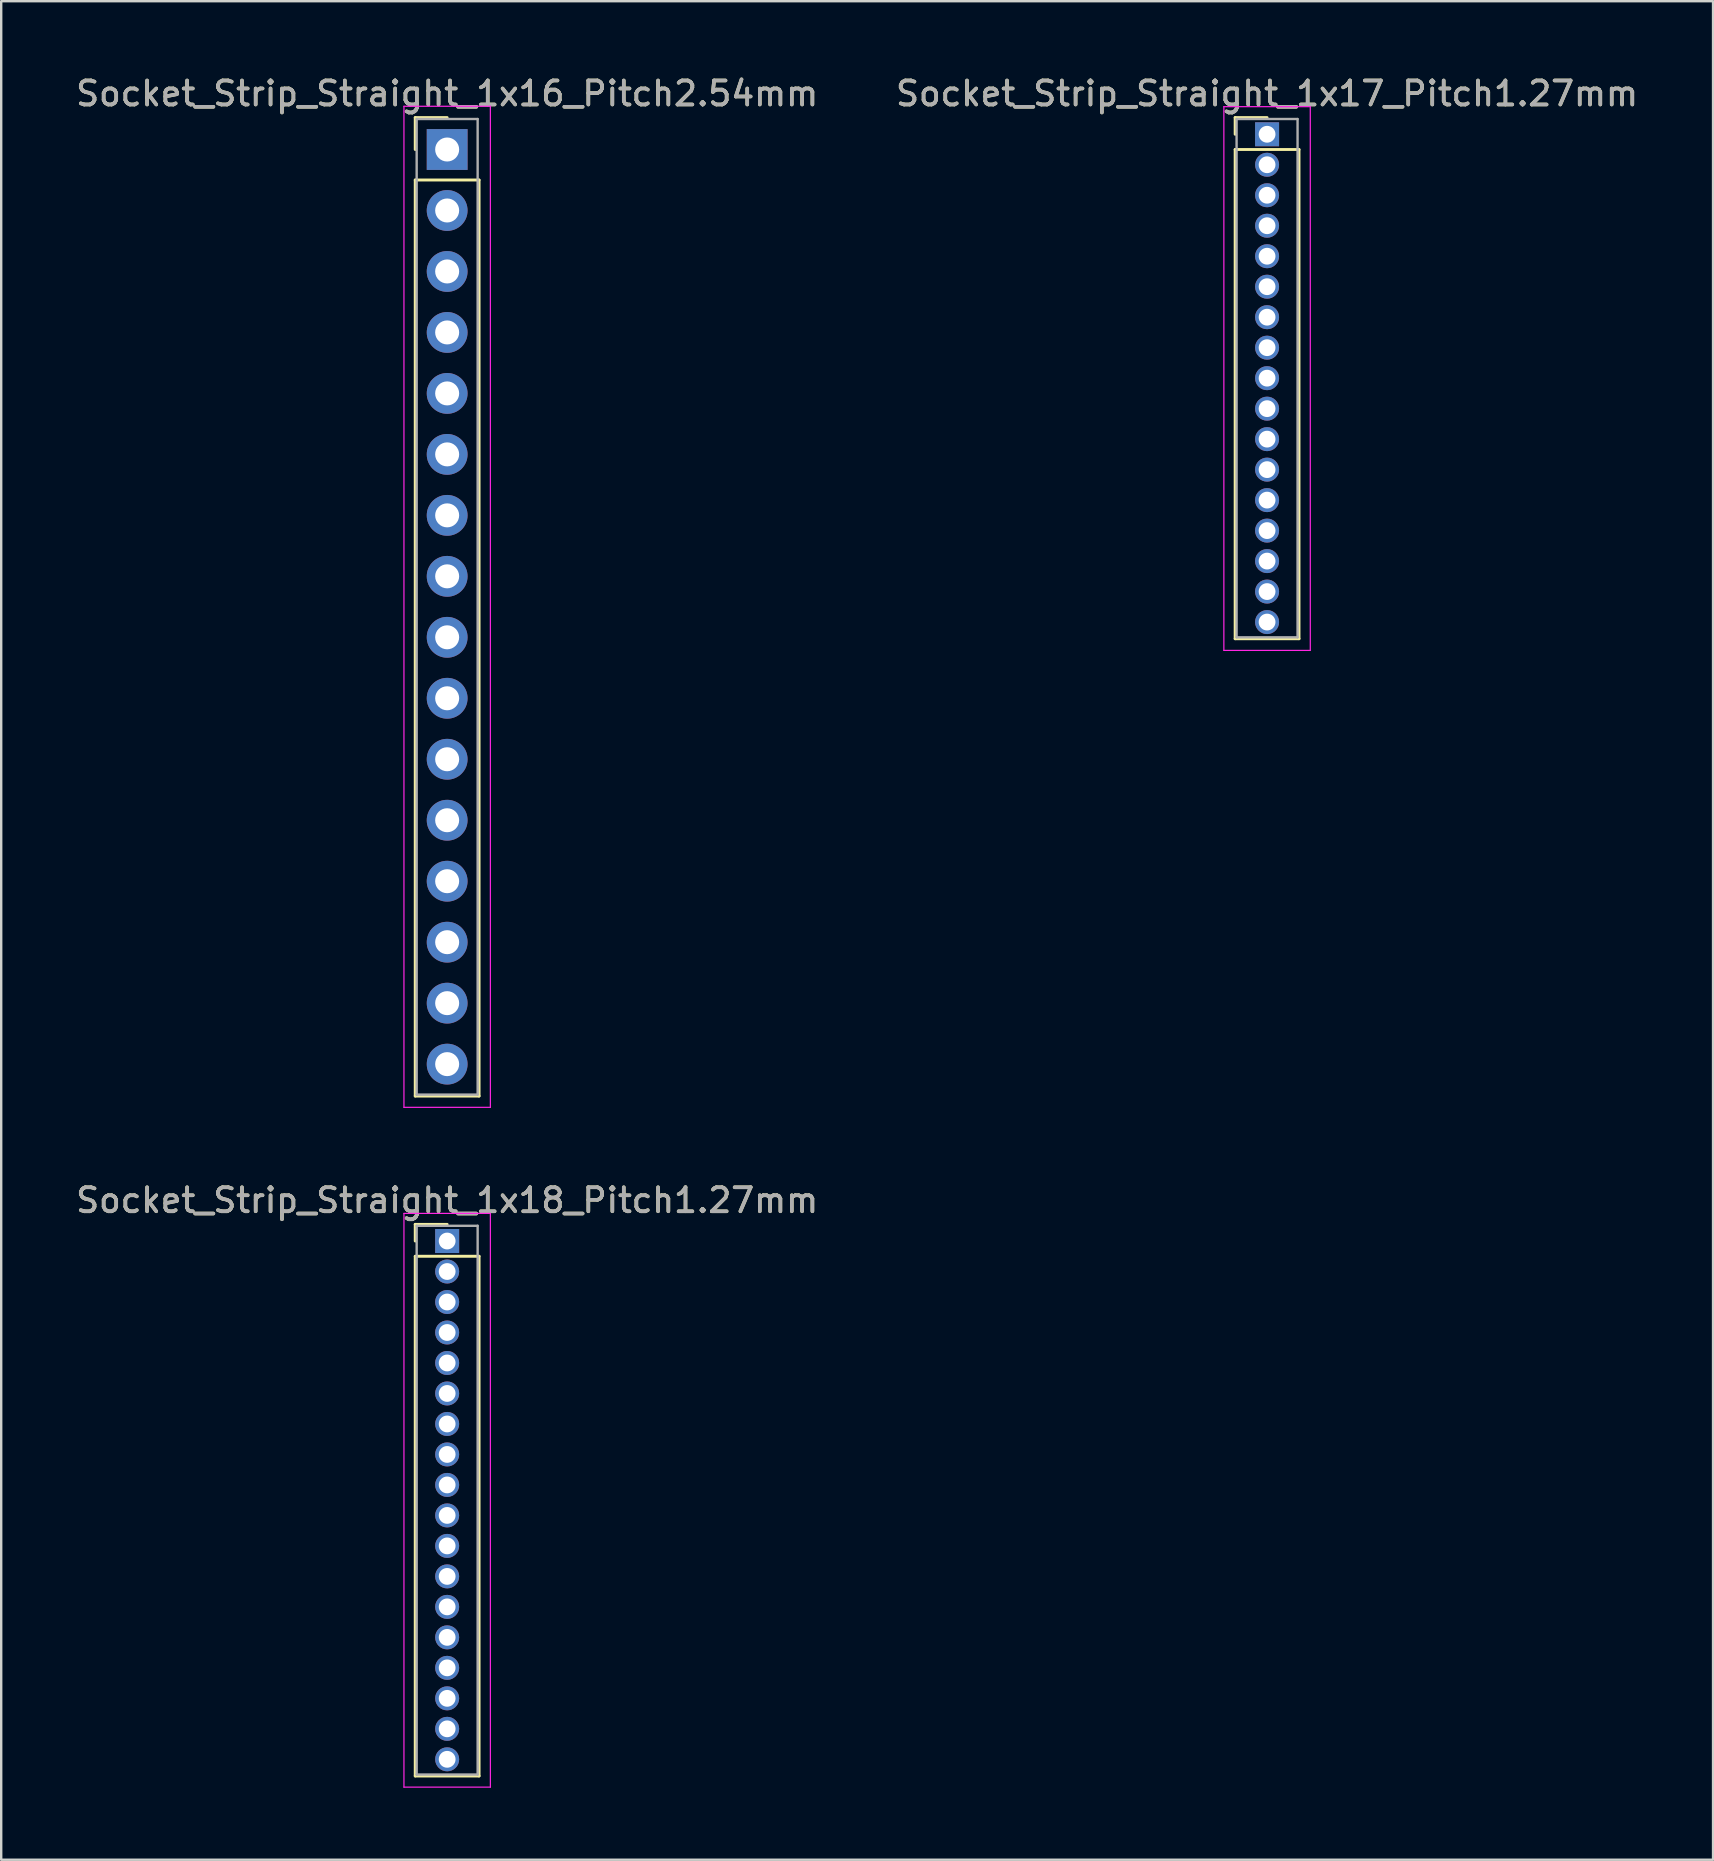
<source format=kicad_pcb>
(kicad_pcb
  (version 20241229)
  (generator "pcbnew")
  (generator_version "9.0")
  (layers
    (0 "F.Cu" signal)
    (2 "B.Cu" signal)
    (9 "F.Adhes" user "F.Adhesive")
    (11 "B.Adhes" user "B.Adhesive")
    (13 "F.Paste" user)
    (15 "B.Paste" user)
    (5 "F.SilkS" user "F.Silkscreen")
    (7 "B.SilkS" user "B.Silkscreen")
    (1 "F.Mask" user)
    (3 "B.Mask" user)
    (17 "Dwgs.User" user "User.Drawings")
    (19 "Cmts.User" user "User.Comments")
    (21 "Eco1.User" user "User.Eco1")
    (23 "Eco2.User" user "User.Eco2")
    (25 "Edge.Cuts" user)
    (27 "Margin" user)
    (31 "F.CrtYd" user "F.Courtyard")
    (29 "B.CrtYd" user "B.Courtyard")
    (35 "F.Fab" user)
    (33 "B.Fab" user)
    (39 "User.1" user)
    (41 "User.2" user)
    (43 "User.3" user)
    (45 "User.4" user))
  (footprint "Socket_Strip_Straight_1x18_Pitch1.27mm"
    (layer "F.Cu")
    (at 15.577 48.647)
    (property "Reference" "Socket_Strip_Straight_1x18_Pitch1.27mm" (at 0 -1.695 0) (layer "F.SilkS") (effects (font (size 1 1) (thickness 0.15))))
    (attr through_hole)
    (fp_line (start -1.33 -0.695) (end 0 -0.695) (stroke (width 0.12) (type solid)) (layer "F.SilkS"))
    (fp_line (start -1.33 0) (end -1.33 -0.695) (stroke (width 0.12) (type solid)) (layer "F.SilkS"))
    (fp_line (start -1.33 0.635) (end -1.33 22.285) (stroke (width 0.12) (type solid)) (layer "F.SilkS"))
    (fp_line (start -1.33 22.285) (end 1.33 22.285) (stroke (width 0.12) (type solid)) (layer "F.SilkS"))
    (fp_line (start 1.33 0.635) (end -1.33 0.635) (stroke (width 0.12) (type solid)) (layer "F.SilkS"))
    (fp_line (start 1.33 22.285) (end 1.33 0.635) (stroke (width 0.12) (type solid)) (layer "F.SilkS"))
    (fp_line (start -1.8 -1.15) (end -1.8 22.75) (stroke (width 0.05) (type solid)) (layer "F.CrtYd"))
    (fp_line (start -1.8 22.75) (end 1.8 22.75) (stroke (width 0.05) (type solid)) (layer "F.CrtYd"))
    (fp_line (start 1.8 -1.15) (end -1.8 -1.15) (stroke (width 0.05) (type solid)) (layer "F.CrtYd"))
    (fp_line (start 1.8 22.75) (end 1.8 -1.15) (stroke (width 0.05) (type solid)) (layer "F.CrtYd"))
    (fp_line (start -1.27 -0.635) (end -1.27 22.225) (stroke (width 0.1) (type solid)) (layer "F.Fab"))
    (fp_line (start -1.27 22.225) (end 1.27 22.225) (stroke (width 0.1) (type solid)) (layer "F.Fab"))
    (fp_line (start 1.27 -0.635) (end -1.27 -0.635) (stroke (width 0.1) (type solid)) (layer "F.Fab"))
    (fp_line (start 1.27 22.225) (end 1.27 -0.635) (stroke (width 0.1) (type solid)) (layer "F.Fab"))
    (fp_text user "${REFERENCE}" (at 0 -1.695 0) (layer "F.Fab") (effects (font (size 1 1) (thickness 0.15))))
    (pad "1" thru_hole rect (at 0 0) (size 1 1) (drill 0.7) (layers "*.Cu" "*.Mask"))
    (pad "2" thru_hole oval (at 0 1.27) (size 1 1) (drill 0.7) (layers "*.Cu" "*.Mask"))
    (pad "3" thru_hole oval (at 0 2.54) (size 1 1) (drill 0.7) (layers "*.Cu" "*.Mask"))
    (pad "4" thru_hole oval (at 0 3.81) (size 1 1) (drill 0.7) (layers "*.Cu" "*.Mask"))
    (pad "5" thru_hole oval (at 0 5.08) (size 1 1) (drill 0.7) (layers "*.Cu" "*.Mask"))
    (pad "6" thru_hole oval (at 0 6.35) (size 1 1) (drill 0.7) (layers "*.Cu" "*.Mask"))
    (pad "7" thru_hole oval (at 0 7.62) (size 1 1) (drill 0.7) (layers "*.Cu" "*.Mask"))
    (pad "8" thru_hole oval (at 0 8.89) (size 1 1) (drill 0.7) (layers "*.Cu" "*.Mask"))
    (pad "9" thru_hole oval (at 0 10.16) (size 1 1) (drill 0.7) (layers "*.Cu" "*.Mask"))
    (pad "10" thru_hole oval (at 0 11.43) (size 1 1) (drill 0.7) (layers "*.Cu" "*.Mask"))
    (pad "11" thru_hole oval (at 0 12.7) (size 1 1) (drill 0.7) (layers "*.Cu" "*.Mask"))
    (pad "12" thru_hole oval (at 0 13.97) (size 1 1) (drill 0.7) (layers "*.Cu" "*.Mask"))
    (pad "13" thru_hole oval (at 0 15.24) (size 1 1) (drill 0.7) (layers "*.Cu" "*.Mask"))
    (pad "14" thru_hole oval (at 0 16.51) (size 1 1) (drill 0.7) (layers "*.Cu" "*.Mask"))
    (pad "15" thru_hole oval (at 0 17.78) (size 1 1) (drill 0.7) (layers "*.Cu" "*.Mask"))
    (pad "16" thru_hole oval (at 0 19.05) (size 1 1) (drill 0.7) (layers "*.Cu" "*.Mask"))
    (pad "17" thru_hole oval (at 0 20.32) (size 1 1) (drill 0.7) (layers "*.Cu" "*.Mask"))
    (pad "18" thru_hole oval (at 0 21.59) (size 1 1) (drill 0.7) (layers "*.Cu" "*.Mask")))
  (footprint "Socket_Strip_Straight_1x17_Pitch1.27mm"
    (layer "F.Cu")
    (at 49.732 2.543)
    (property "Reference" "Socket_Strip_Straight_1x17_Pitch1.27mm" (at 0 -1.695 0) (layer "F.SilkS") (effects (font (size 1 1) (thickness 0.15))))
    (attr through_hole)
    (fp_line (start -1.33 -0.695) (end 0 -0.695) (stroke (width 0.12) (type solid)) (layer "F.SilkS"))
    (fp_line (start -1.33 0) (end -1.33 -0.695) (stroke (width 0.12) (type solid)) (layer "F.SilkS"))
    (fp_line (start -1.33 0.635) (end -1.33 21.015) (stroke (width 0.12) (type solid)) (layer "F.SilkS"))
    (fp_line (start -1.33 21.015) (end 1.33 21.015) (stroke (width 0.12) (type solid)) (layer "F.SilkS"))
    (fp_line (start 1.33 0.635) (end -1.33 0.635) (stroke (width 0.12) (type solid)) (layer "F.SilkS"))
    (fp_line (start 1.33 21.015) (end 1.33 0.635) (stroke (width 0.12) (type solid)) (layer "F.SilkS"))
    (fp_line (start -1.8 -1.15) (end -1.8 21.5) (stroke (width 0.05) (type solid)) (layer "F.CrtYd"))
    (fp_line (start -1.8 21.5) (end 1.8 21.5) (stroke (width 0.05) (type solid)) (layer "F.CrtYd"))
    (fp_line (start 1.8 -1.15) (end -1.8 -1.15) (stroke (width 0.05) (type solid)) (layer "F.CrtYd"))
    (fp_line (start 1.8 21.5) (end 1.8 -1.15) (stroke (width 0.05) (type solid)) (layer "F.CrtYd"))
    (fp_line (start -1.27 -0.635) (end -1.27 20.955) (stroke (width 0.1) (type solid)) (layer "F.Fab"))
    (fp_line (start -1.27 20.955) (end 1.27 20.955) (stroke (width 0.1) (type solid)) (layer "F.Fab"))
    (fp_line (start 1.27 -0.635) (end -1.27 -0.635) (stroke (width 0.1) (type solid)) (layer "F.Fab"))
    (fp_line (start 1.27 20.955) (end 1.27 -0.635) (stroke (width 0.1) (type solid)) (layer "F.Fab"))
    (fp_text user "${REFERENCE}" (at 0 -1.695 0) (layer "F.Fab") (effects (font (size 1 1) (thickness 0.15))))
    (pad "1" thru_hole rect (at 0 0) (size 1 1) (drill 0.7) (layers "*.Cu" "*.Mask"))
    (pad "2" thru_hole oval (at 0 1.27) (size 1 1) (drill 0.7) (layers "*.Cu" "*.Mask"))
    (pad "3" thru_hole oval (at 0 2.54) (size 1 1) (drill 0.7) (layers "*.Cu" "*.Mask"))
    (pad "4" thru_hole oval (at 0 3.81) (size 1 1) (drill 0.7) (layers "*.Cu" "*.Mask"))
    (pad "5" thru_hole oval (at 0 5.08) (size 1 1) (drill 0.7) (layers "*.Cu" "*.Mask"))
    (pad "6" thru_hole oval (at 0 6.35) (size 1 1) (drill 0.7) (layers "*.Cu" "*.Mask"))
    (pad "7" thru_hole oval (at 0 7.62) (size 1 1) (drill 0.7) (layers "*.Cu" "*.Mask"))
    (pad "8" thru_hole oval (at 0 8.89) (size 1 1) (drill 0.7) (layers "*.Cu" "*.Mask"))
    (pad "9" thru_hole oval (at 0 10.16) (size 1 1) (drill 0.7) (layers "*.Cu" "*.Mask"))
    (pad "10" thru_hole oval (at 0 11.43) (size 1 1) (drill 0.7) (layers "*.Cu" "*.Mask"))
    (pad "11" thru_hole oval (at 0 12.7) (size 1 1) (drill 0.7) (layers "*.Cu" "*.Mask"))
    (pad "12" thru_hole oval (at 0 13.97) (size 1 1) (drill 0.7) (layers "*.Cu" "*.Mask"))
    (pad "13" thru_hole oval (at 0 15.24) (size 1 1) (drill 0.7) (layers "*.Cu" "*.Mask"))
    (pad "14" thru_hole oval (at 0 16.51) (size 1 1) (drill 0.7) (layers "*.Cu" "*.Mask"))
    (pad "15" thru_hole oval (at 0 17.78) (size 1 1) (drill 0.7) (layers "*.Cu" "*.Mask"))
    (pad "16" thru_hole oval (at 0 19.05) (size 1 1) (drill 0.7) (layers "*.Cu" "*.Mask"))
    (pad "17" thru_hole oval (at 0 20.32) (size 1 1) (drill 0.7) (layers "*.Cu" "*.Mask")))
  (footprint "Socket_Strip_Straight_1x16_Pitch2.54mm"
    (layer "F.Cu")
    (at 15.577 3.178)
    (property "Reference" "Socket_Strip_Straight_1x16_Pitch2.54mm" (at 0 -2.33 0) (layer "F.SilkS") (effects (font (size 1 1) (thickness 0.15))))
    (attr through_hole)
    (fp_line (start -1.33 -1.33) (end 0 -1.33) (stroke (width 0.12) (type solid)) (layer "F.SilkS"))
    (fp_line (start -1.33 0) (end -1.33 -1.33) (stroke (width 0.12) (type solid)) (layer "F.SilkS"))
    (fp_line (start -1.33 1.27) (end -1.33 39.43) (stroke (width 0.12) (type solid)) (layer "F.SilkS"))
    (fp_line (start -1.33 39.43) (end 1.33 39.43) (stroke (width 0.12) (type solid)) (layer "F.SilkS"))
    (fp_line (start 1.33 1.27) (end -1.33 1.27) (stroke (width 0.12) (type solid)) (layer "F.SilkS"))
    (fp_line (start 1.33 39.43) (end 1.33 1.27) (stroke (width 0.12) (type solid)) (layer "F.SilkS"))
    (fp_line (start -1.8 -1.8) (end -1.8 39.9) (stroke (width 0.05) (type solid)) (layer "F.CrtYd"))
    (fp_line (start -1.8 39.9) (end 1.8 39.9) (stroke (width 0.05) (type solid)) (layer "F.CrtYd"))
    (fp_line (start 1.8 -1.8) (end -1.8 -1.8) (stroke (width 0.05) (type solid)) (layer "F.CrtYd"))
    (fp_line (start 1.8 39.9) (end 1.8 -1.8) (stroke (width 0.05) (type solid)) (layer "F.CrtYd"))
    (fp_line (start -1.27 -1.27) (end -1.27 39.37) (stroke (width 0.1) (type solid)) (layer "F.Fab"))
    (fp_line (start -1.27 39.37) (end 1.27 39.37) (stroke (width 0.1) (type solid)) (layer "F.Fab"))
    (fp_line (start 1.27 -1.27) (end -1.27 -1.27) (stroke (width 0.1) (type solid)) (layer "F.Fab"))
    (fp_line (start 1.27 39.37) (end 1.27 -1.27) (stroke (width 0.1) (type solid)) (layer "F.Fab"))
    (fp_text user "${REFERENCE}" (at 0 -2.33 0) (layer "F.Fab") (effects (font (size 1 1) (thickness 0.15))))
    (pad "1" thru_hole rect (at 0 0) (size 1.7 1.7) (drill 1) (layers "*.Cu" "*.Mask"))
    (pad "2" thru_hole oval (at 0 2.54) (size 1.7 1.7) (drill 1) (layers "*.Cu" "*.Mask"))
    (pad "3" thru_hole oval (at 0 5.08) (size 1.7 1.7) (drill 1) (layers "*.Cu" "*.Mask"))
    (pad "4" thru_hole oval (at 0 7.62) (size 1.7 1.7) (drill 1) (layers "*.Cu" "*.Mask"))
    (pad "5" thru_hole oval (at 0 10.16) (size 1.7 1.7) (drill 1) (layers "*.Cu" "*.Mask"))
    (pad "6" thru_hole oval (at 0 12.7) (size 1.7 1.7) (drill 1) (layers "*.Cu" "*.Mask"))
    (pad "7" thru_hole oval (at 0 15.24) (size 1.7 1.7) (drill 1) (layers "*.Cu" "*.Mask"))
    (pad "8" thru_hole oval (at 0 17.78) (size 1.7 1.7) (drill 1) (layers "*.Cu" "*.Mask"))
    (pad "9" thru_hole oval (at 0 20.32) (size 1.7 1.7) (drill 1) (layers "*.Cu" "*.Mask"))
    (pad "10" thru_hole oval (at 0 22.86) (size 1.7 1.7) (drill 1) (layers "*.Cu" "*.Mask"))
    (pad "11" thru_hole oval (at 0 25.4) (size 1.7 1.7) (drill 1) (layers "*.Cu" "*.Mask"))
    (pad "12" thru_hole oval (at 0 27.94) (size 1.7 1.7) (drill 1) (layers "*.Cu" "*.Mask"))
    (pad "13" thru_hole oval (at 0 30.48) (size 1.7 1.7) (drill 1) (layers "*.Cu" "*.Mask"))
    (pad "14" thru_hole oval (at 0 33.02) (size 1.7 1.7) (drill 1) (layers "*.Cu" "*.Mask"))
    (pad "15" thru_hole oval (at 0 35.56) (size 1.7 1.7) (drill 1) (layers "*.Cu" "*.Mask"))
    (pad "16" thru_hole oval (at 0 38.1) (size 1.7 1.7) (drill 1) (layers "*.Cu" "*.Mask")))
  (gr_rect
    (start -3 -3)
    (end 68.31 74.421)
    (stroke (width 0.1) (type default))
    (fill no)
    (layer "Edge.Cuts")))
</source>
